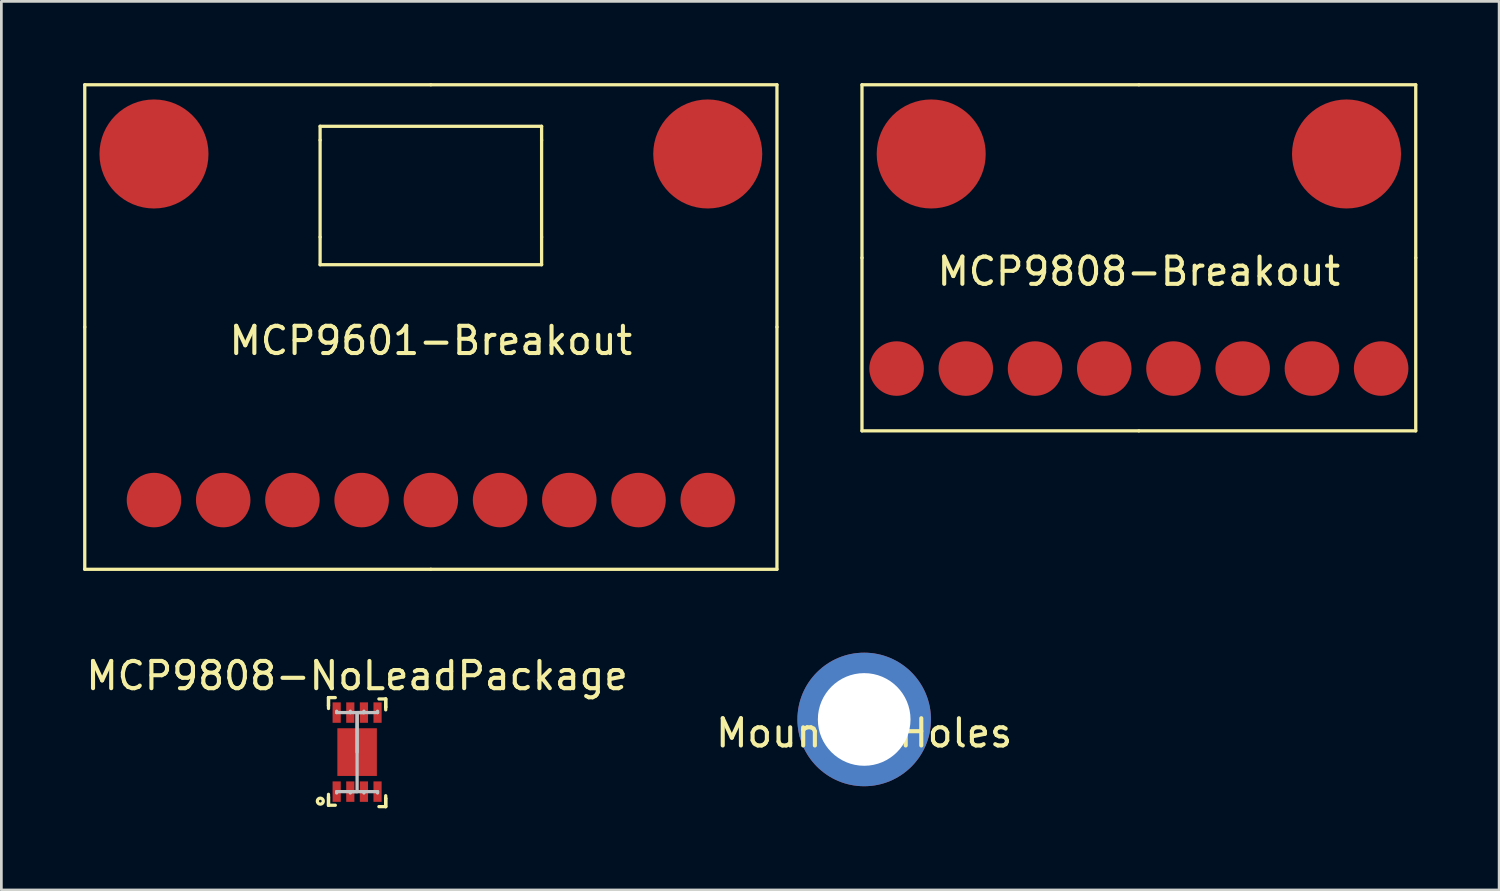
<source format=kicad_pcb>
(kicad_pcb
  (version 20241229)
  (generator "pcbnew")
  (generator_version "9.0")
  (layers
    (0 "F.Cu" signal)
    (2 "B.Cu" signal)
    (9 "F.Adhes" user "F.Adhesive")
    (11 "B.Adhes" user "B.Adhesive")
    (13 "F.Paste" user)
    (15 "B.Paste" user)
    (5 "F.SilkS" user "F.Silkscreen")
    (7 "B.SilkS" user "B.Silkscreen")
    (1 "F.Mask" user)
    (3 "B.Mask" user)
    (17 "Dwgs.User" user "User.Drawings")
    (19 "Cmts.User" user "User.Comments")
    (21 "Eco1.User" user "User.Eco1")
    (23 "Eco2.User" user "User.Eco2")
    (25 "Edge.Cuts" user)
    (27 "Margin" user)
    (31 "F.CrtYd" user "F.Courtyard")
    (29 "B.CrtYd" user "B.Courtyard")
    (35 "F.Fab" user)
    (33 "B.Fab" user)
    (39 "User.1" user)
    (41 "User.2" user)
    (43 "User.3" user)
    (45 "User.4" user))
  (footprint "MCP9808-NoLeadPackage"
    (layer "F.Cu")
    (at 10.054 24.548)
    (property "Reference" "MCP9808-NoLeadPackage" (at 0 -2.8 0) (layer "F.SilkS") (effects (font (size 1 1) (thickness 0.15))))
    (attr through_hole)
    (fp_line (start -1.05 -2) (end -1.05 -1.7) (stroke (width 0.12) (type solid)) (layer "F.SilkS"))
    (fp_line (start -1.05 -2) (end -0.8 -2) (stroke (width 0.12) (type solid)) (layer "F.SilkS"))
    (fp_line (start -1.05 -1.7) (end -1.05 -2) (stroke (width 0.12) (type solid)) (layer "F.SilkS"))
    (fp_line (start -1.05 -1.7) (end -1.05 -1.6) (stroke (width 0.12) (type solid)) (layer "F.SilkS"))
    (fp_line (start -1.05 1.65) (end -1.05 1.55) (stroke (width 0.12) (type solid)) (layer "F.SilkS"))
    (fp_line (start -1.05 1.65) (end -1.05 1.95) (stroke (width 0.12) (type solid)) (layer "F.SilkS"))
    (fp_line (start -1.05 1.95) (end -1.05 1.65) (stroke (width 0.12) (type solid)) (layer "F.SilkS"))
    (fp_line (start -1.05 1.95) (end -0.8 1.95) (stroke (width 0.12) (type solid)) (layer "F.SilkS"))
    (fp_line (start 1.05 -1.95) (end 0.8 -1.95) (stroke (width 0.12) (type solid)) (layer "F.SilkS"))
    (fp_line (start 1.05 -1.95) (end 1.05 -1.65) (stroke (width 0.12) (type solid)) (layer "F.SilkS"))
    (fp_line (start 1.05 -1.65) (end 1.05 -1.95) (stroke (width 0.12) (type solid)) (layer "F.SilkS"))
    (fp_line (start 1.05 -1.65) (end 1.05 -1.55) (stroke (width 0.12) (type solid)) (layer "F.SilkS"))
    (fp_line (start 1.05 1.7) (end 1.05 1.6) (stroke (width 0.12) (type solid)) (layer "F.SilkS"))
    (fp_line (start 1.05 1.7) (end 1.05 2) (stroke (width 0.12) (type solid)) (layer "F.SilkS"))
    (fp_line (start 1.05 2) (end 0.8 2) (stroke (width 0.12) (type solid)) (layer "F.SilkS"))
    (fp_line (start 1.05 2) (end 1.05 1.7) (stroke (width 0.12) (type solid)) (layer "F.SilkS"))
    (fp_circle (center -1.35 1.8) (end -1.3 1.8) (stroke (width 0.12) (type solid)) (fill no) (layer "F.SilkS"))
    (fp_line (start -0.75 -1.45) (end -0.75 -1.5) (stroke (width 0.12) (type solid)) (layer "Dwgs.User"))
    (fp_line (start -0.75 1.45) (end -0.75 1.5) (stroke (width 0.12) (type solid)) (layer "Dwgs.User"))
    (fp_line (start -0.25 -1.45) (end -0.75 -1.45) (stroke (width 0.12) (type solid)) (layer "Dwgs.User"))
    (fp_line (start -0.25 -1.45) (end -0.25 -1.5) (stroke (width 0.12) (type solid)) (layer "Dwgs.User"))
    (fp_line (start -0.25 1.45) (end -0.75 1.45) (stroke (width 0.12) (type solid)) (layer "Dwgs.User"))
    (fp_line (start -0.25 1.45) (end -0.25 1.5) (stroke (width 0.12) (type solid)) (layer "Dwgs.User"))
    (fp_line (start -0.25 1.45) (end 0.25 1.45) (stroke (width 0.12) (type solid)) (layer "Dwgs.User"))
    (fp_line (start 0 -1.45) (end 0 1.45) (stroke (width 0.12) (type solid)) (layer "Dwgs.User"))
    (fp_line (start 0 -1.45) (end 0.25 -1.45) (stroke (width 0.12) (type solid)) (layer "Dwgs.User"))
    (fp_line (start 0 0) (end 0 -1.45) (stroke (width 0.12) (type solid)) (layer "Dwgs.User"))
    (fp_line (start 0 1.45) (end -0.25 1.45) (stroke (width 0.12) (type solid)) (layer "Dwgs.User"))
    (fp_line (start 0.25 -1.45) (end -0.25 -1.45) (stroke (width 0.12) (type solid)) (layer "Dwgs.User"))
    (fp_line (start 0.25 -1.45) (end 0.25 -1.5) (stroke (width 0.12) (type solid)) (layer "Dwgs.User"))
    (fp_line (start 0.25 -1.45) (end 0.75 -1.45) (stroke (width 0.12) (type solid)) (layer "Dwgs.User"))
    (fp_line (start 0.25 1.45) (end 0.25 1.5) (stroke (width 0.12) (type solid)) (layer "Dwgs.User"))
    (fp_line (start 0.25 1.45) (end 0.75 1.45) (stroke (width 0.12) (type solid)) (layer "Dwgs.User"))
    (fp_line (start 0.75 -1.45) (end 0.75 -1.5) (stroke (width 0.12) (type solid)) (layer "Dwgs.User"))
    (fp_line (start 0.75 1.45) (end 0.75 1.5) (stroke (width 0.12) (type solid)) (layer "Dwgs.User"))
    (pad "1" smd rect (at -0.75 1.45) (size 0.3 0.75) (layers "F.Cu" "F.Mask" "F.Paste"))
    (pad "2" smd rect (at -0.25 1.45) (size 0.3 0.75) (layers "F.Cu" "F.Mask" "F.Paste"))
    (pad "3" smd rect (at 0.25 1.45) (size 0.3 0.75) (layers "F.Cu" "F.Mask" "F.Paste"))
    (pad "4" smd rect (at 0.75 1.45) (size 0.3 0.75) (layers "F.Cu" "F.Mask" "F.Paste"))
    (pad "5" smd rect (at 0.75 -1.45 180) (size 0.3 0.75) (layers "F.Cu" "F.Mask" "F.Paste"))
    (pad "6" smd rect (at 0.25 -1.45 180) (size 0.3 0.75) (layers "F.Cu" "F.Mask" "F.Paste"))
    (pad "7" smd rect (at -0.25 -1.45 180) (size 0.3 0.75) (layers "F.Cu" "F.Mask" "F.Paste"))
    (pad "8" smd rect (at -0.75 -1.45 180) (size 0.3 0.75) (layers "F.Cu" "F.Mask" "F.Paste"))
    (pad "9" smd rect (at 0 0) (size 1.45 1.75) (layers "F.Cu" "F.Mask" "F.Paste")))
  (footprint "MCP9601-Breakout"
    (layer "F.Cu")
    (at 12.76 8.95)
    (property "Reference" "MCP9601-Breakout" (at 0 0.5 0) (layer "F.SilkS") (effects (font (size 1 1) (thickness 0.15))))
    (attr through_hole)
    (fp_line (start -12.7 0) (end -12.7 -8.89) (stroke (width 0.12) (type solid)) (layer "F.SilkS"))
    (fp_line (start -12.7 0) (end -12.7 8.89) (stroke (width 0.12) (type solid)) (layer "F.SilkS"))
    (fp_line (start -4.064 -7.366) (end 4.064 -7.366) (stroke (width 0.12) (type solid)) (layer "F.SilkS"))
    (fp_line (start -4.064 -6.858) (end -4.064 -7.366) (stroke (width 0.12) (type solid)) (layer "F.SilkS"))
    (fp_line (start -4.064 -6.858) (end -4.064 -3.302) (stroke (width 0.12) (type solid)) (layer "F.SilkS"))
    (fp_line (start -4.064 -2.286) (end -4.064 -3.302) (stroke (width 0.12) (type solid)) (layer "F.SilkS"))
    (fp_line (start 0 -8.89) (end -12.7 -8.89) (stroke (width 0.12) (type solid)) (layer "F.SilkS"))
    (fp_line (start 0 -8.89) (end 12.7 -8.89) (stroke (width 0.12) (type solid)) (layer "F.SilkS"))
    (fp_line (start 0 8.89) (end -12.7 8.89) (stroke (width 0.12) (type solid)) (layer "F.SilkS"))
    (fp_line (start 0 8.89) (end 12.7 8.89) (stroke (width 0.12) (type solid)) (layer "F.SilkS"))
    (fp_line (start 4.064 -7.366) (end 4.064 -6.858) (stroke (width 0.12) (type solid)) (layer "F.SilkS"))
    (fp_line (start 4.064 -3.302) (end 4.064 -6.858) (stroke (width 0.12) (type solid)) (layer "F.SilkS"))
    (fp_line (start 4.064 -3.302) (end 4.064 -2.286) (stroke (width 0.12) (type solid)) (layer "F.SilkS"))
    (fp_line (start 4.064 -2.286) (end -4.064 -2.286) (stroke (width 0.12) (type solid)) (layer "F.SilkS"))
    (fp_line (start 12.7 0) (end 12.7 -8.89) (stroke (width 0.12) (type solid)) (layer "F.SilkS"))
    (fp_line (start 12.7 0) (end 12.7 8.89) (stroke (width 0.12) (type solid)) (layer "F.SilkS"))
    (pad "1" smd circle (at -10.16 6.35) (size 2 2) (layers "F.Cu" "F.Mask" "F.Paste"))
    (pad "2" smd circle (at -7.62 6.35) (size 2 2) (layers "F.Cu" "F.Mask" "F.Paste"))
    (pad "3" smd circle (at -5.08 6.35) (size 2 2) (layers "F.Cu" "F.Mask" "F.Paste"))
    (pad "4" smd circle (at -2.54 6.35) (size 2 2) (layers "F.Cu" "F.Mask" "F.Paste"))
    (pad "5" smd circle (at 0 6.35) (size 2 2) (layers "F.Cu" "F.Mask" "F.Paste"))
    (pad "6" smd circle (at 2.54 6.35) (size 2 2) (layers "F.Cu" "F.Mask" "F.Paste"))
    (pad "7" smd circle (at 5.08 6.35) (size 2 2) (layers "F.Cu" "F.Mask" "F.Paste"))
    (pad "8" smd circle (at 7.62 6.35) (size 2 2) (layers "F.Cu" "F.Mask" "F.Paste"))
    (pad "9" smd circle (at 10.16 6.35) (size 2 2) (layers "F.Cu" "F.Mask" "F.Paste"))
    (pad "10" smd circle (at -10.16 -6.35 180) (size 4 4) (layers "F.Cu" "F.Mask" "F.Paste"))
    (pad "11" smd circle (at 10.16 -6.35 180) (size 4 4) (layers "F.Cu" "F.Mask" "F.Paste")))
  (footprint "MCP9808-Breakout"
    (layer "F.Cu")
    (at 38.74 6.41)
    (property "Reference" "MCP9808-Breakout" (at 0 0.5 0) (layer "F.SilkS") (effects (font (size 1 1) (thickness 0.15))))
    (attr through_hole)
    (fp_line (start -10.16 -6.35) (end -10.16 0) (stroke (width 0.12) (type solid)) (layer "F.SilkS"))
    (fp_line (start -10.16 6.35) (end -10.16 0) (stroke (width 0.12) (type solid)) (layer "F.SilkS"))
    (fp_line (start 0 -6.35) (end -10.16 -6.35) (stroke (width 0.12) (type solid)) (layer "F.SilkS"))
    (fp_line (start 0 -6.35) (end 10.16 -6.35) (stroke (width 0.12) (type solid)) (layer "F.SilkS"))
    (fp_line (start 0 6.35) (end -10.16 6.35) (stroke (width 0.12) (type solid)) (layer "F.SilkS"))
    (fp_line (start 0 6.35) (end 10.16 6.35) (stroke (width 0.12) (type solid)) (layer "F.SilkS"))
    (fp_line (start 10.16 -6.35) (end 10.16 0) (stroke (width 0.12) (type solid)) (layer "F.SilkS"))
    (fp_line (start 10.16 6.35) (end 10.16 0) (stroke (width 0.12) (type solid)) (layer "F.SilkS"))
    (pad "1" smd circle (at -8.89 4.064) (size 2 2) (layers "F.Cu" "F.Mask" "F.Paste"))
    (pad "2" smd circle (at -6.35 4.064) (size 2 2) (layers "F.Cu" "F.Mask" "F.Paste"))
    (pad "3" smd circle (at -3.81 4.064) (size 2 2) (layers "F.Cu" "F.Mask" "F.Paste"))
    (pad "4" smd circle (at -1.27 4.064) (size 2 2) (layers "F.Cu" "F.Mask" "F.Paste"))
    (pad "5" smd circle (at 1.27 4.064) (size 2 2) (layers "F.Cu" "F.Mask" "F.Paste"))
    (pad "6" smd circle (at 3.81 4.064) (size 2 2) (layers "F.Cu" "F.Mask" "F.Paste"))
    (pad "7" smd circle (at 6.35 4.064) (size 2 2) (layers "F.Cu" "F.Mask" "F.Paste"))
    (pad "8" smd circle (at 8.89 4.064) (size 2 2) (layers "F.Cu" "F.Mask" "F.Paste"))
    (pad "9" smd circle (at -7.62 -3.81) (size 4 4) (layers "F.Cu" "F.Mask" "F.Paste"))
    (pad "10" smd circle (at 7.62 -3.81) (size 4 4) (layers "F.Cu" "F.Mask" "F.Paste")))
  (footprint "MountingHoles"
    (layer "F.Cu")
    (at 28.661 23.35)
    (property "Reference" "MountingHoles" (at 0 0.5 0) (layer "F.SilkS") (effects (font (size 1 1) (thickness 0.15))))
    (attr through_hole)
    (pad "1" thru_hole circle (at 0 0) (size 4.9 4.9) (drill 3.4) (layers "*.Cu" "*.Mask")))
  (gr_rect
    (start -3 -3)
    (end 51.96 29.608)
    (stroke (width 0.1) (type default))
    (fill no)
    (layer "Edge.Cuts")))
</source>
